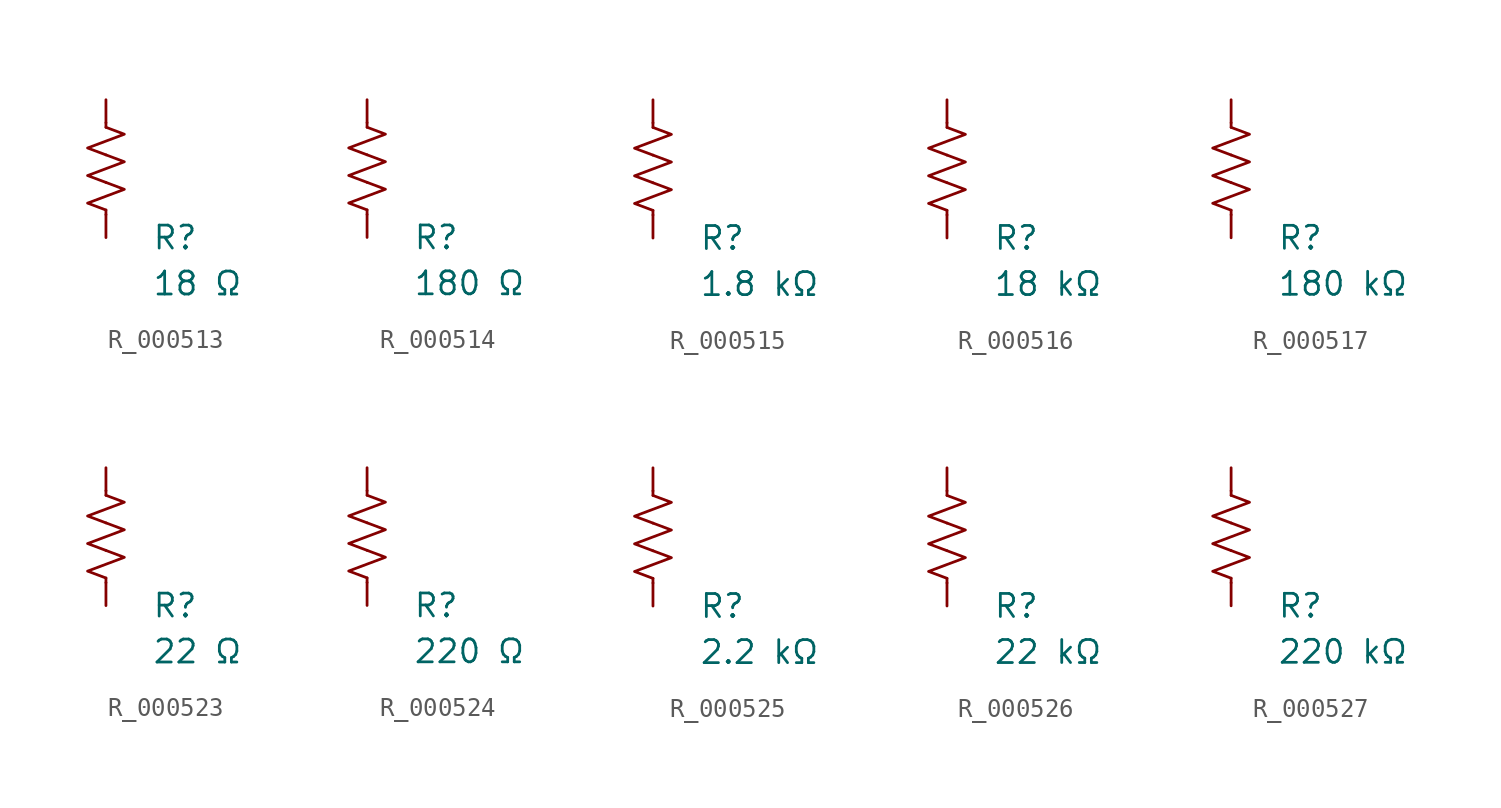
<source format=kicad_sym>
(kicad_symbol_lib
  (version 20231120)
  (generator "kicad_symbol_editor")
  (generator_version "8.0")
  (symbol "R_000513"
    (pin_numbers hide)
    (pin_names
      (offset 0))
    (property "Reference" "R"
      (at 2.54 -3.81 0)
      (effects (font (size 1.27 1.27)) (justify left))
      (show_name no))
    (property "Value" "18 Ω"
      (at 2.54 -6.35 0)
      (effects (font (size 1.27 1.27)) (justify left))
      (show_name no))
    (symbol "R_000513_0_1"
      (polyline (pts (xy 0 -2.286) (xy 0 -2.54)) (stroke (width 0) (type default)) (fill (type none)))
      (polyline (pts (xy 0 2.286) (xy 0 2.54)) (stroke (width 0) (type default)) (fill (type none)))
      (polyline (pts (xy 0 -0.762) (xy 1.016 -1.143) (xy 0 -1.524) (xy -1.016 -1.905) (xy 0 -2.286)) (stroke (width 0) (type default)) (fill (type none)))
      (polyline (pts (xy 0 0.762) (xy 1.016 0.381) (xy 0 0) (xy -1.016 -0.381) (xy 0 -0.762)) (stroke (width 0) (type default)) (fill (type none)))
      (polyline (pts (xy 0 2.286) (xy 1.016 1.905) (xy 0 1.524) (xy -1.016 1.143) (xy 0 0.762)) (stroke (width 0) (type default)) (fill (type none))))
    (symbol "R_000513_1_1"
      (pin passive line (at 0 3.81 270) (length 1.27) (name "~" (effects (font (size 1.27 1.27)))) (number "1" (effects (font (size 1.27 1.27)))))
      (pin passive line (at 0 -3.81 90) (length 1.27) (name "~" (effects (font (size 1.27 1.27)))) (number "2" (effects (font (size 1.27 1.27)))))))
  (symbol "R_000514"
    (pin_numbers hide)
    (pin_names
      (offset 0))
    (property "Reference" "R"
      (at 2.54 -3.81 0)
      (effects (font (size 1.27 1.27)) (justify left))
      (show_name no))
    (property "Value" "180 Ω"
      (at 2.54 -6.35 0)
      (effects (font (size 1.27 1.27)) (justify left))
      (show_name no))
    (symbol "R_000514_0_1"
      (polyline (pts (xy 0 -2.286) (xy 0 -2.54)) (stroke (width 0) (type default)) (fill (type none)))
      (polyline (pts (xy 0 2.286) (xy 0 2.54)) (stroke (width 0) (type default)) (fill (type none)))
      (polyline (pts (xy 0 -0.762) (xy 1.016 -1.143) (xy 0 -1.524) (xy -1.016 -1.905) (xy 0 -2.286)) (stroke (width 0) (type default)) (fill (type none)))
      (polyline (pts (xy 0 0.762) (xy 1.016 0.381) (xy 0 0) (xy -1.016 -0.381) (xy 0 -0.762)) (stroke (width 0) (type default)) (fill (type none)))
      (polyline (pts (xy 0 2.286) (xy 1.016 1.905) (xy 0 1.524) (xy -1.016 1.143) (xy 0 0.762)) (stroke (width 0) (type default)) (fill (type none))))
    (symbol "R_000514_1_1"
      (pin passive line (at 0 3.81 270) (length 1.27) (name "~" (effects (font (size 1.27 1.27)))) (number "1" (effects (font (size 1.27 1.27)))))
      (pin passive line (at 0 -3.81 90) (length 1.27) (name "~" (effects (font (size 1.27 1.27)))) (number "2" (effects (font (size 1.27 1.27)))))))
  (symbol "R_000515"
    (pin_numbers hide)
    (pin_names
      (offset 0))
    (property "Reference" "R"
      (at 2.54 -3.81 0)
      (effects (font (size 1.27 1.27)) (justify left))
      (show_name no))
    (property "Value" "1.8 kΩ"
      (at 2.54 -6.35 0)
      (effects (font (size 1.27 1.27)) (justify left))
      (show_name no))
    (symbol "R_000515_0_1"
      (polyline (pts (xy 0 -2.286) (xy 0 -2.54)) (stroke (width 0) (type default)) (fill (type none)))
      (polyline (pts (xy 0 2.286) (xy 0 2.54)) (stroke (width 0) (type default)) (fill (type none)))
      (polyline (pts (xy 0 -0.762) (xy 1.016 -1.143) (xy 0 -1.524) (xy -1.016 -1.905) (xy 0 -2.286)) (stroke (width 0) (type default)) (fill (type none)))
      (polyline (pts (xy 0 0.762) (xy 1.016 0.381) (xy 0 0) (xy -1.016 -0.381) (xy 0 -0.762)) (stroke (width 0) (type default)) (fill (type none)))
      (polyline (pts (xy 0 2.286) (xy 1.016 1.905) (xy 0 1.524) (xy -1.016 1.143) (xy 0 0.762)) (stroke (width 0) (type default)) (fill (type none))))
    (symbol "R_000515_1_1"
      (pin passive line (at 0 3.81 270) (length 1.27) (name "~" (effects (font (size 1.27 1.27)))) (number "1" (effects (font (size 1.27 1.27)))))
      (pin passive line (at 0 -3.81 90) (length 1.27) (name "~" (effects (font (size 1.27 1.27)))) (number "2" (effects (font (size 1.27 1.27)))))))
  (symbol "R_000516"
    (pin_numbers hide)
    (pin_names
      (offset 0))
    (property "Reference" "R"
      (at 2.54 -3.81 0)
      (effects (font (size 1.27 1.27)) (justify left))
      (show_name no))
    (property "Value" "18 kΩ"
      (at 2.54 -6.35 0)
      (effects (font (size 1.27 1.27)) (justify left))
      (show_name no))
    (symbol "R_000516_0_1"
      (polyline (pts (xy 0 -2.286) (xy 0 -2.54)) (stroke (width 0) (type default)) (fill (type none)))
      (polyline (pts (xy 0 2.286) (xy 0 2.54)) (stroke (width 0) (type default)) (fill (type none)))
      (polyline (pts (xy 0 -0.762) (xy 1.016 -1.143) (xy 0 -1.524) (xy -1.016 -1.905) (xy 0 -2.286)) (stroke (width 0) (type default)) (fill (type none)))
      (polyline (pts (xy 0 0.762) (xy 1.016 0.381) (xy 0 0) (xy -1.016 -0.381) (xy 0 -0.762)) (stroke (width 0) (type default)) (fill (type none)))
      (polyline (pts (xy 0 2.286) (xy 1.016 1.905) (xy 0 1.524) (xy -1.016 1.143) (xy 0 0.762)) (stroke (width 0) (type default)) (fill (type none))))
    (symbol "R_000516_1_1"
      (pin passive line (at 0 3.81 270) (length 1.27) (name "~" (effects (font (size 1.27 1.27)))) (number "1" (effects (font (size 1.27 1.27)))))
      (pin passive line (at 0 -3.81 90) (length 1.27) (name "~" (effects (font (size 1.27 1.27)))) (number "2" (effects (font (size 1.27 1.27)))))))
  (symbol "R_000517"
    (pin_numbers hide)
    (pin_names
      (offset 0))
    (property "Reference" "R"
      (at 2.54 -3.81 0)
      (effects (font (size 1.27 1.27)) (justify left))
      (show_name no))
    (property "Value" "180 kΩ"
      (at 2.54 -6.35 0)
      (effects (font (size 1.27 1.27)) (justify left))
      (show_name no))
    (symbol "R_000517_0_1"
      (polyline (pts (xy 0 -2.286) (xy 0 -2.54)) (stroke (width 0) (type default)) (fill (type none)))
      (polyline (pts (xy 0 2.286) (xy 0 2.54)) (stroke (width 0) (type default)) (fill (type none)))
      (polyline (pts (xy 0 -0.762) (xy 1.016 -1.143) (xy 0 -1.524) (xy -1.016 -1.905) (xy 0 -2.286)) (stroke (width 0) (type default)) (fill (type none)))
      (polyline (pts (xy 0 0.762) (xy 1.016 0.381) (xy 0 0) (xy -1.016 -0.381) (xy 0 -0.762)) (stroke (width 0) (type default)) (fill (type none)))
      (polyline (pts (xy 0 2.286) (xy 1.016 1.905) (xy 0 1.524) (xy -1.016 1.143) (xy 0 0.762)) (stroke (width 0) (type default)) (fill (type none))))
    (symbol "R_000517_1_1"
      (pin passive line (at 0 3.81 270) (length 1.27) (name "~" (effects (font (size 1.27 1.27)))) (number "1" (effects (font (size 1.27 1.27)))))
      (pin passive line (at 0 -3.81 90) (length 1.27) (name "~" (effects (font (size 1.27 1.27)))) (number "2" (effects (font (size 1.27 1.27)))))))
  (symbol "R_000523"
    (pin_numbers hide)
    (pin_names
      (offset 0))
    (property "Reference" "R"
      (at 2.54 -3.81 0)
      (effects (font (size 1.27 1.27)) (justify left))
      (show_name no))
    (property "Value" "22 Ω"
      (at 2.54 -6.35 0)
      (effects (font (size 1.27 1.27)) (justify left))
      (show_name no))
    (symbol "R_000523_0_1"
      (polyline (pts (xy 0 -2.286) (xy 0 -2.54)) (stroke (width 0) (type default)) (fill (type none)))
      (polyline (pts (xy 0 2.286) (xy 0 2.54)) (stroke (width 0) (type default)) (fill (type none)))
      (polyline (pts (xy 0 -0.762) (xy 1.016 -1.143) (xy 0 -1.524) (xy -1.016 -1.905) (xy 0 -2.286)) (stroke (width 0) (type default)) (fill (type none)))
      (polyline (pts (xy 0 0.762) (xy 1.016 0.381) (xy 0 0) (xy -1.016 -0.381) (xy 0 -0.762)) (stroke (width 0) (type default)) (fill (type none)))
      (polyline (pts (xy 0 2.286) (xy 1.016 1.905) (xy 0 1.524) (xy -1.016 1.143) (xy 0 0.762)) (stroke (width 0) (type default)) (fill (type none))))
    (symbol "R_000523_1_1"
      (pin passive line (at 0 3.81 270) (length 1.27) (name "~" (effects (font (size 1.27 1.27)))) (number "1" (effects (font (size 1.27 1.27)))))
      (pin passive line (at 0 -3.81 90) (length 1.27) (name "~" (effects (font (size 1.27 1.27)))) (number "2" (effects (font (size 1.27 1.27)))))))
  (symbol "R_000524"
    (pin_numbers hide)
    (pin_names
      (offset 0))
    (property "Reference" "R"
      (at 2.54 -3.81 0)
      (effects (font (size 1.27 1.27)) (justify left))
      (show_name no))
    (property "Value" "220 Ω"
      (at 2.54 -6.35 0)
      (effects (font (size 1.27 1.27)) (justify left))
      (show_name no))
    (symbol "R_000524_0_1"
      (polyline (pts (xy 0 -2.286) (xy 0 -2.54)) (stroke (width 0) (type default)) (fill (type none)))
      (polyline (pts (xy 0 2.286) (xy 0 2.54)) (stroke (width 0) (type default)) (fill (type none)))
      (polyline (pts (xy 0 -0.762) (xy 1.016 -1.143) (xy 0 -1.524) (xy -1.016 -1.905) (xy 0 -2.286)) (stroke (width 0) (type default)) (fill (type none)))
      (polyline (pts (xy 0 0.762) (xy 1.016 0.381) (xy 0 0) (xy -1.016 -0.381) (xy 0 -0.762)) (stroke (width 0) (type default)) (fill (type none)))
      (polyline (pts (xy 0 2.286) (xy 1.016 1.905) (xy 0 1.524) (xy -1.016 1.143) (xy 0 0.762)) (stroke (width 0) (type default)) (fill (type none))))
    (symbol "R_000524_1_1"
      (pin passive line (at 0 3.81 270) (length 1.27) (name "~" (effects (font (size 1.27 1.27)))) (number "1" (effects (font (size 1.27 1.27)))))
      (pin passive line (at 0 -3.81 90) (length 1.27) (name "~" (effects (font (size 1.27 1.27)))) (number "2" (effects (font (size 1.27 1.27)))))))
  (symbol "R_000525"
    (pin_numbers hide)
    (pin_names
      (offset 0))
    (property "Reference" "R"
      (at 2.54 -3.81 0)
      (effects (font (size 1.27 1.27)) (justify left))
      (show_name no))
    (property "Value" "2.2 kΩ"
      (at 2.54 -6.35 0)
      (effects (font (size 1.27 1.27)) (justify left))
      (show_name no))
    (symbol "R_000525_0_1"
      (polyline (pts (xy 0 -2.286) (xy 0 -2.54)) (stroke (width 0) (type default)) (fill (type none)))
      (polyline (pts (xy 0 2.286) (xy 0 2.54)) (stroke (width 0) (type default)) (fill (type none)))
      (polyline (pts (xy 0 -0.762) (xy 1.016 -1.143) (xy 0 -1.524) (xy -1.016 -1.905) (xy 0 -2.286)) (stroke (width 0) (type default)) (fill (type none)))
      (polyline (pts (xy 0 0.762) (xy 1.016 0.381) (xy 0 0) (xy -1.016 -0.381) (xy 0 -0.762)) (stroke (width 0) (type default)) (fill (type none)))
      (polyline (pts (xy 0 2.286) (xy 1.016 1.905) (xy 0 1.524) (xy -1.016 1.143) (xy 0 0.762)) (stroke (width 0) (type default)) (fill (type none))))
    (symbol "R_000525_1_1"
      (pin passive line (at 0 3.81 270) (length 1.27) (name "~" (effects (font (size 1.27 1.27)))) (number "1" (effects (font (size 1.27 1.27)))))
      (pin passive line (at 0 -3.81 90) (length 1.27) (name "~" (effects (font (size 1.27 1.27)))) (number "2" (effects (font (size 1.27 1.27)))))))
  (symbol "R_000526"
    (pin_numbers hide)
    (pin_names
      (offset 0))
    (property "Reference" "R"
      (at 2.54 -3.81 0)
      (effects (font (size 1.27 1.27)) (justify left))
      (show_name no))
    (property "Value" "22 kΩ"
      (at 2.54 -6.35 0)
      (effects (font (size 1.27 1.27)) (justify left))
      (show_name no))
    (symbol "R_000526_0_1"
      (polyline (pts (xy 0 -2.286) (xy 0 -2.54)) (stroke (width 0) (type default)) (fill (type none)))
      (polyline (pts (xy 0 2.286) (xy 0 2.54)) (stroke (width 0) (type default)) (fill (type none)))
      (polyline (pts (xy 0 -0.762) (xy 1.016 -1.143) (xy 0 -1.524) (xy -1.016 -1.905) (xy 0 -2.286)) (stroke (width 0) (type default)) (fill (type none)))
      (polyline (pts (xy 0 0.762) (xy 1.016 0.381) (xy 0 0) (xy -1.016 -0.381) (xy 0 -0.762)) (stroke (width 0) (type default)) (fill (type none)))
      (polyline (pts (xy 0 2.286) (xy 1.016 1.905) (xy 0 1.524) (xy -1.016 1.143) (xy 0 0.762)) (stroke (width 0) (type default)) (fill (type none))))
    (symbol "R_000526_1_1"
      (pin passive line (at 0 3.81 270) (length 1.27) (name "~" (effects (font (size 1.27 1.27)))) (number "1" (effects (font (size 1.27 1.27)))))
      (pin passive line (at 0 -3.81 90) (length 1.27) (name "~" (effects (font (size 1.27 1.27)))) (number "2" (effects (font (size 1.27 1.27)))))))
  (symbol "R_000527"
    (pin_numbers hide)
    (pin_names
      (offset 0))
    (property "Reference" "R"
      (at 2.54 -3.81 0)
      (effects (font (size 1.27 1.27)) (justify left))
      (show_name no))
    (property "Value" "220 kΩ"
      (at 2.54 -6.35 0)
      (effects (font (size 1.27 1.27)) (justify left))
      (show_name no))
    (symbol "R_000527_0_1"
      (polyline (pts (xy 0 -2.286) (xy 0 -2.54)) (stroke (width 0) (type default)) (fill (type none)))
      (polyline (pts (xy 0 2.286) (xy 0 2.54)) (stroke (width 0) (type default)) (fill (type none)))
      (polyline (pts (xy 0 -0.762) (xy 1.016 -1.143) (xy 0 -1.524) (xy -1.016 -1.905) (xy 0 -2.286)) (stroke (width 0) (type default)) (fill (type none)))
      (polyline (pts (xy 0 0.762) (xy 1.016 0.381) (xy 0 0) (xy -1.016 -0.381) (xy 0 -0.762)) (stroke (width 0) (type default)) (fill (type none)))
      (polyline (pts (xy 0 2.286) (xy 1.016 1.905) (xy 0 1.524) (xy -1.016 1.143) (xy 0 0.762)) (stroke (width 0) (type default)) (fill (type none))))
    (symbol "R_000527_1_1"
      (pin passive line (at 0 3.81 270) (length 1.27) (name "~" (effects (font (size 1.27 1.27)))) (number "1" (effects (font (size 1.27 1.27)))))
      (pin passive line (at 0 -3.81 90) (length 1.27) (name "~" (effects (font (size 1.27 1.27)))) (number "2" (effects (font (size 1.27 1.27))))))))
</source>
